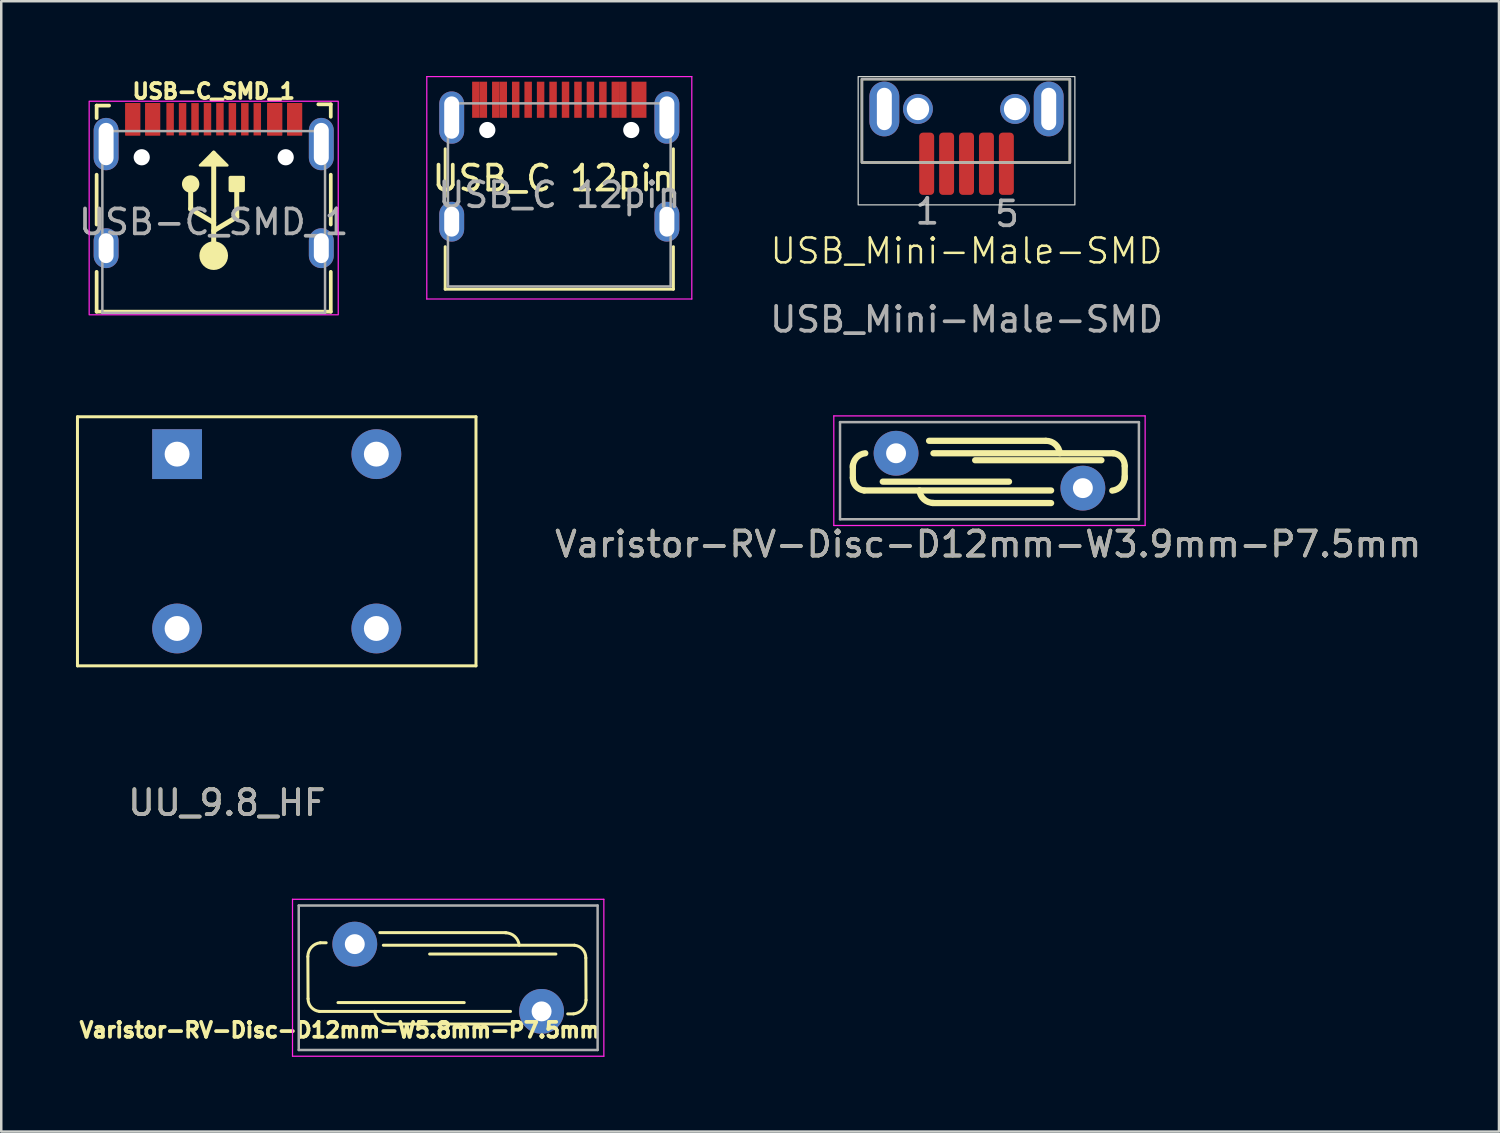
<source format=kicad_pcb>
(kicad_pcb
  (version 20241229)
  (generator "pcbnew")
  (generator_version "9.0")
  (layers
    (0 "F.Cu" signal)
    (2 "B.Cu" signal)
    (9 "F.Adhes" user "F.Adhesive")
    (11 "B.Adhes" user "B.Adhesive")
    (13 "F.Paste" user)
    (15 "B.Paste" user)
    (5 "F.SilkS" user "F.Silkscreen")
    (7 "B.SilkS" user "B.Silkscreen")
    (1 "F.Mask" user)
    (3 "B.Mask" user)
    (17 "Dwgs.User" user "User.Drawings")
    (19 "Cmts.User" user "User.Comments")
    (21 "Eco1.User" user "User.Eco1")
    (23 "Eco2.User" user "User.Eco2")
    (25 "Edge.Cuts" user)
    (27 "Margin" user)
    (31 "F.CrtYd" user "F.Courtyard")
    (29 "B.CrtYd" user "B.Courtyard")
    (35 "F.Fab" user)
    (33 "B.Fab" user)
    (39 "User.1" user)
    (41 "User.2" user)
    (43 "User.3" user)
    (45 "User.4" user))
  (footprint "USB_Mini-Male-SMD"
    (layer "F.Cu")
    (at 35.755 3.525)
    (property "Reference" "USB_Mini-Male-SMD" (at 0 3.5 0) (unlocked yes) (layer "F.SilkS") (effects (font (size 1 1) (thickness 0.1))))
    (attr smd)
    (fp_rect (start -4.2 -3.4) (end 4.15 -0.05) (stroke (width 0.1) (type default)) (fill no) (layer "F.SilkS"))
    (fp_rect (start -4.35 -3.5) (end 4.35 1.65) (stroke (width 0.05) (type default)) (fill no) (layer "Edge.Cuts"))
    (fp_rect (start -4.2 -3.4) (end 4.15 -0.05) (stroke (width 0.1) (type default)) (fill no) (layer "F.Fab"))
    (fp_text user "1" (at -2.15 2.5 0) (unlocked yes) (layer "F.Fab") (effects (font (size 1 1) (thickness 0.15)) (justify left bottom)))
    (fp_text user "${REFERENCE}" (at 0 6.25 0) (unlocked yes) (layer "F.Fab") (effects (font (size 1 1) (thickness 0.15))))
    (fp_text user "5" (at 1.05 2.6 0) (unlocked yes) (layer "F.Fab") (effects (font (size 1 1) (thickness 0.15)) (justify left bottom)))
    (pad "" thru_hole oval (at -3.3 -2.2 180) (size 1.2 2.2) (drill oval 0.6 1.7) (layers "*.Cu" "*.Mask"))
    (pad "" thru_hole circle (at -1.95 -2.2 90) (size 1.2 1.2) (drill 0.9) (layers "*.Cu" "*.Mask"))
    (pad "" thru_hole circle (at 1.95 -2.2 90) (size 1.2 1.2) (drill 0.9) (layers "*.Cu" "*.Mask"))
    (pad "" thru_hole oval (at 3.3 -2.2 180) (size 1.2 2.2) (drill oval 0.6 1.7) (layers "*.Cu" "*.Mask"))
    (pad "1" smd roundrect (at -1.6 0 90) (size 2.5 0.6) (layers "F.Cu" "F.Mask" "F.Paste") (roundrect_rratio 0.25))
    (pad "2" smd roundrect (at -0.8 0 90) (size 2.5 0.6) (layers "F.Cu" "F.Mask" "F.Paste") (roundrect_rratio 0.25))
    (pad "3" smd roundrect (at 0 0 90) (size 2.5 0.6) (layers "F.Cu" "F.Mask" "F.Paste") (roundrect_rratio 0.25))
    (pad "4" smd roundrect (at 0.8 0 90) (size 2.5 0.6) (layers "F.Cu" "F.Mask" "F.Paste") (roundrect_rratio 0.25))
    (pad "5" smd roundrect (at 1.6 0 90) (size 2.5 0.6) (layers "F.Cu" "F.Mask" "F.Paste") (roundrect_rratio 0.25)))
  (footprint "UU_9.8_HF"
    (layer "F.Cu")
    (at 8.06 18.183)
    (property "Reference" "UU_9.8_HF" (at -2 11 0) (unlocked yes) (layer "F.SilkS") (effects (font (size 1 1) (thickness 0.15))))
    (attr through_hole)
    (fp_line (start -8 -4.5) (end 8 -4.5) (stroke (width 0.12) (type solid)) (layer "F.SilkS"))
    (fp_line (start -8 5.5) (end -8 -4.5) (stroke (width 0.12) (type solid)) (layer "F.SilkS"))
    (fp_line (start 8 -4.5) (end 8 5.5) (stroke (width 0.12) (type solid)) (layer "F.SilkS"))
    (fp_line (start 8 5.5) (end -8 5.5) (stroke (width 0.12) (type solid)) (layer "F.SilkS"))
    (fp_text user "${REFERENCE}" (at -2 11 0) (unlocked yes) (layer "F.Fab") (effects (font (size 1 1) (thickness 0.15))))
    (pad "1" thru_hole rect (at -4 -3) (size 2 2) (drill 1) (layers "*.Cu" "*.Mask"))
    (pad "2" thru_hole circle (at 4 -3) (size 2 2) (drill 1) (layers "*.Cu" "*.Mask"))
    (pad "3" thru_hole circle (at -4 4) (size 2 2) (drill 1) (layers "*.Cu" "*.Mask"))
    (pad "4" thru_hole circle (at 4 4) (size 2 2) (drill 1) (layers "*.Cu" "*.Mask")))
  (footprint "USB_C 12pin"
    (layer "F.Cu")
    (at 19.175 4.605)
    (property "Reference" "USB_C 12pin" (at 0 -0.5 0) (unlocked yes) (layer "F.SilkS") (effects (font (size 1 1) (thickness 0.15))))
    (attr smd)
    (fp_line (start -4.35 -1.68) (end -4.35 0.24) (stroke (width 0.12) (type solid)) (layer "F.SilkS"))
    (fp_line (start -4.35 3.955) (end -4.35 2.25) (stroke (width 0.12) (type solid)) (layer "F.SilkS"))
    (fp_line (start 4.81 0.24) (end 4.81 -1.68) (stroke (width 0.12) (type solid)) (layer "F.SilkS"))
    (fp_line (start 4.81 2.25) (end 4.81 3.955) (stroke (width 0.12) (type solid)) (layer "F.SilkS"))
    (fp_line (start 4.81 3.955) (end -4.35 3.955) (stroke (width 0.12) (type solid)) (layer "F.SilkS"))
    (fp_line (start -5.09 -4.58) (end 5.55 -4.58) (stroke (width 0.05) (type solid)) (layer "F.CrtYd"))
    (fp_line (start -5.09 4.35) (end -5.09 -4.58) (stroke (width 0.05) (type solid)) (layer "F.CrtYd"))
    (fp_line (start 5.55 -4.58) (end 5.55 4.35) (stroke (width 0.05) (type solid)) (layer "F.CrtYd"))
    (fp_line (start 5.55 4.35) (end -5.09 4.35) (stroke (width 0.05) (type solid)) (layer "F.CrtYd"))
    (fp_line (start -4.24 -3.505) (end -4.24 3.845) (stroke (width 0.1) (type solid)) (layer "F.Fab"))
    (fp_line (start -4.24 -3.505) (end 4.7 -3.505) (stroke (width 0.1) (type solid)) (layer "F.Fab"))
    (fp_line (start -4.24 3.845) (end 4.7 3.845) (stroke (width 0.1) (type solid)) (layer "F.Fab"))
    (fp_line (start 4.7 3.845) (end 4.7 -3.505) (stroke (width 0.1) (type solid)) (layer "F.Fab"))
    (fp_text user "${REFERENCE}" (at 0.23 0.17 0) (layer "F.Fab") (effects (font (size 1 1) (thickness 0.15))))
    (pad "" np_thru_hole circle (at -2.66 -2.435) (size 0.65 0.65) (drill 0.65) (layers "*.Cu" "*.Mask"))
    (pad "" np_thru_hole circle (at 3.12 -2.435) (size 0.65 0.65) (drill 0.65) (layers "*.Cu" "*.Mask"))
    (pad "A1" smd rect (at -3.12 -3.65) (size 0.3 1.45) (layers "F.Cu" "F.Mask" "F.Paste"))
    (pad "A4" smd rect (at -2.32 -3.65) (size 0.3 1.45) (layers "F.Cu" "F.Mask" "F.Paste"))
    (pad "A5" smd rect (at -1.02 -3.65) (size 0.3 1.45) (layers "F.Cu" "F.Mask" "F.Paste"))
    (pad "A6" smd rect (at -0.02 -3.65) (size 0.3 1.45) (layers "F.Cu" "F.Mask" "F.Paste"))
    (pad "A7" smd rect (at 0.48 -3.65) (size 0.3 1.45) (layers "F.Cu" "F.Mask" "F.Paste"))
    (pad "A8" smd rect (at 1.48 -3.65) (size 0.3 1.45) (layers "F.Cu" "F.Mask" "F.Paste"))
    (pad "A9" smd rect (at 2.78 -3.65) (size 0.3 1.45) (layers "F.Cu" "F.Mask" "F.Paste"))
    (pad "A12" smd rect (at 3.58 -3.65) (size 0.3 1.45) (layers "F.Cu" "F.Mask" "F.Paste"))
    (pad "B1" smd rect (at 3.28 -3.65) (size 0.3 1.45) (layers "F.Cu" "F.Mask" "F.Paste"))
    (pad "B4" smd rect (at 2.48 -3.65) (size 0.3 1.45) (layers "F.Cu" "F.Mask" "F.Paste"))
    (pad "B5" smd rect (at 1.98 -3.65) (size 0.3 1.45) (layers "F.Cu" "F.Mask" "F.Paste"))
    (pad "B6" smd rect (at 0.98 -3.65) (size 0.3 1.45) (layers "F.Cu" "F.Mask" "F.Paste"))
    (pad "B7" smd rect (at -0.52 -3.65) (size 0.3 1.45) (layers "F.Cu" "F.Mask" "F.Paste"))
    (pad "B8" smd rect (at -1.52 -3.65) (size 0.3 1.45) (layers "F.Cu" "F.Mask" "F.Paste"))
    (pad "B9" smd rect (at -2.02 -3.65) (size 0.3 1.45) (layers "F.Cu" "F.Mask" "F.Paste"))
    (pad "B12" smd rect (at -2.82 -3.65) (size 0.3 1.45) (layers "F.Cu" "F.Mask" "F.Paste"))
    (pad "S1" thru_hole oval (at -4.09 -2.935) (size 1 2.1) (drill oval 0.6 1.7) (layers "*.Cu" "*.Mask"))
    (pad "S1" thru_hole oval (at -4.09 1.245) (size 1 1.6) (drill oval 0.6 1.2) (layers "*.Cu" "*.Mask"))
    (pad "S1" thru_hole oval (at 4.55 -2.935) (size 1 2.1) (drill oval 0.6 1.7) (layers "*.Cu" "*.Mask"))
    (pad "S1" thru_hole oval (at 4.55 1.245) (size 1 1.6) (drill oval 0.6 1.2) (layers "*.Cu" "*.Mask")))
  (footprint "Varistor-RV-Disc-D12mm-W3.9mm-P7.5mm"
    (layer "F.Cu")
    (at 32.926 15.148)
    (property "Reference" "Varistor-RV-Disc-D12mm-W3.9mm-P7.5mm" (at 3.7 3.65 0) (layer "F.SilkS") (effects (font (size 1 1) (thickness 0.15))))
    (attr through_hole)
    (fp_line (start -1.736 0.984) (end -1.736 0.484) (stroke (width 0.25) (type solid)) (layer "F.SilkS"))
    (fp_line (start 1.5 0) (end 8.725 0) (stroke (width 0.25) (type solid)) (layer "F.SilkS"))
    (fp_line (start 4.535 1.14) (end -0.535 1.14) (stroke (width 0.25) (type solid)) (layer "F.SilkS"))
    (fp_line (start 6.01 -0.5) (end 1.325 -0.5) (stroke (width 0.25) (type solid)) (layer "F.SilkS"))
    (fp_line (start 6.225 1.494) (end -1.281 1.494) (stroke (width 0.25) (type solid)) (layer "F.SilkS"))
    (fp_line (start 6.225 2) (end 1.465 2) (stroke (width 0.25) (type solid)) (layer "F.SilkS"))
    (fp_line (start 8.245 0.28) (end 3.175 0.28) (stroke (width 0.25) (type solid)) (layer "F.SilkS"))
    (fp_line (start 9.18 0.51) (end 9.18 1.01) (stroke (width 0.25) (type solid)) (layer "F.SilkS"))
    (fp_arc (start -1.735945 0.554055) (mid -1.59298 0.180435) (end -1.235945 0) (stroke (width 0.25) (type solid)) (layer "F.SilkS"))
    (fp_arc (start -1.280945 1.494054) (mid -1.607737 1.327639) (end -1.735945 0.984055) (stroke (width 0.25) (type solid)) (layer "F.SilkS"))
    (fp_arc (start 1.493647 1.992935) (mid 1.120027 1.84997) (end 0.939592 1.492935) (stroke (width 0.25) (type solid)) (layer "F.SilkS"))
    (fp_arc (start 6.02 -0.5) (mid 6.39362 -0.357035) (end 6.574055 0) (stroke (width 0.25) (type solid)) (layer "F.SilkS"))
    (fp_arc (start 8.725 0.000001) (mid 9.051792 0.166416) (end 9.18 0.51) (stroke (width 0.25) (type solid)) (layer "F.SilkS"))
    (fp_arc (start 9.18 0.94) (mid 9.037342 1.315841) (end 8.68 1.5) (stroke (width 0.25) (type solid)) (layer "F.SilkS"))
    (fp_line (start -2.5 -1.5) (end -2.5 2.9) (stroke (width 0.05) (type solid)) (layer "F.CrtYd"))
    (fp_line (start -2.5 -1.5) (end 10 -1.5) (stroke (width 0.05) (type solid)) (layer "F.CrtYd"))
    (fp_line (start -2.5 2.9) (end 10 2.9) (stroke (width 0.05) (type solid)) (layer "F.CrtYd"))
    (fp_line (start 10 -1.5) (end 10 2.9) (stroke (width 0.05) (type solid)) (layer "F.CrtYd"))
    (fp_line (start -2.25 -1.25) (end -2.25 2.65) (stroke (width 0.1) (type solid)) (layer "F.Fab"))
    (fp_line (start -2.25 -1.25) (end 9.75 -1.25) (stroke (width 0.1) (type solid)) (layer "F.Fab"))
    (fp_line (start -2.25 2.65) (end 9.75 2.65) (stroke (width 0.1) (type solid)) (layer "F.Fab"))
    (fp_line (start 9.75 -1.25) (end 9.75 2.65) (stroke (width 0.1) (type solid)) (layer "F.Fab"))
    (fp_text user "${REFERENCE}" (at 3.7 3.65 0) (layer "F.Fab") (effects (font (size 1 1) (thickness 0.15))))
    (pad "1" thru_hole circle (at 0 0) (size 1.8 1.8) (drill 0.8) (layers "*.Cu" "*.Mask"))
    (pad "2" thru_hole circle (at 7.5 1.4) (size 1.8 1.8) (drill 0.8) (layers "*.Cu" "*.Mask")))
  (footprint "Varistor-RV-Disc-D12mm-W5.8mm-P7.5mm"
    (layer "F.Cu")
    (at 11.194 34.856)
    (property "Reference" "Varistor-RV-Disc-D12mm-W5.8mm-P7.5mm" (at -0.6 3.45 0) (layer "F.SilkS") (effects (font (size 0.6 0.6) (thickness 0.15))))
    (attr through_hole)
    (fp_line (start -1.876 2.191) (end -1.884 0.499) (stroke (width 0.12) (type solid)) (layer "F.SilkS"))
    (fp_line (start -1.384 -0.055) (end -1.148 -0.055) (stroke (width 0.12) (type solid)) (layer "F.SilkS"))
    (fp_line (start 1.005 -0.462) (end 6.075 -0.462) (stroke (width 0.12) (type solid)) (layer "F.SilkS"))
    (fp_line (start 1.146 0.044) (end 8.821 0.044) (stroke (width 0.12) (type solid)) (layer "F.SilkS"))
    (fp_line (start 3.005 0.398) (end 8.075 0.398) (stroke (width 0.12) (type solid)) (layer "F.SilkS"))
    (fp_line (start 4.395 2.347) (end -0.675 2.347) (stroke (width 0.12) (type solid)) (layer "F.SilkS"))
    (fp_line (start 6.254 2.701) (end -1.421 2.701) (stroke (width 0.12) (type solid)) (layer "F.SilkS"))
    (fp_line (start 6.395 3.207) (end 1.325 3.207) (stroke (width 0.12) (type solid)) (layer "F.SilkS"))
    (fp_line (start 8.784 2.8) (end 8.548 2.8) (stroke (width 0.12) (type solid)) (layer "F.SilkS"))
    (fp_line (start 9.276 0.554) (end 9.284 2.246) (stroke (width 0.12) (type solid)) (layer "F.SilkS"))
    (fp_arc (start -1.883797 0.49919) (mid -1.74086 0.125544) (end -1.383797 -0.054865) (stroke (width 0.12) (type solid)) (layer "F.SilkS"))
    (fp_arc (start -1.420537 2.701119) (mid -1.747381 2.53475) (end -1.875537 2.19112) (stroke (width 0.12) (type solid)) (layer "F.SilkS"))
    (fp_arc (start 1.354055 3.2) (mid 0.980406 3.057066) (end 0.8 2.7) (stroke (width 0.12) (type solid)) (layer "F.SilkS"))
    (fp_arc (start 6.045945 -0.454865) (mid 6.419592 -0.31193) (end 6.6 0.045135) (stroke (width 0.12) (type solid)) (layer "F.SilkS"))
    (fp_arc (start 8.820537 0.044016) (mid 9.147366 0.210395) (end 9.275537 0.554015) (stroke (width 0.12) (type solid)) (layer "F.SilkS"))
    (fp_arc (start 9.283797 2.245945) (mid 9.140863 2.619593) (end 8.783797 2.8) (stroke (width 0.12) (type solid)) (layer "F.SilkS"))
    (fp_line (start -2.5 -1.8) (end -2.5 4.5) (stroke (width 0.05) (type solid)) (layer "F.CrtYd"))
    (fp_line (start -2.5 -1.8) (end 10 -1.8) (stroke (width 0.05) (type solid)) (layer "F.CrtYd"))
    (fp_line (start -2.5 4.5) (end 10 4.5) (stroke (width 0.05) (type solid)) (layer "F.CrtYd"))
    (fp_line (start 10 -1.8) (end 10 4.5) (stroke (width 0.05) (type solid)) (layer "F.CrtYd"))
    (fp_line (start -2.25 -1.55) (end -2.25 4.25) (stroke (width 0.1) (type solid)) (layer "F.Fab"))
    (fp_line (start -2.25 -1.55) (end 9.75 -1.55) (stroke (width 0.1) (type solid)) (layer "F.Fab"))
    (fp_line (start -2.25 4.25) (end 9.75 4.25) (stroke (width 0.1) (type solid)) (layer "F.Fab"))
    (fp_line (start 9.75 -1.55) (end 9.75 4.25) (stroke (width 0.1) (type solid)) (layer "F.Fab"))
    (pad "1" thru_hole circle (at 0 0) (size 1.8 1.8) (drill 0.8) (layers "*.Cu" "*.Mask"))
    (pad "2" thru_hole circle (at 7.5 2.7) (size 1.8 1.8) (drill 0.8) (layers "*.Cu" "*.Mask")))
  (footprint "USB-C_SMD_1"
    (layer "F.Cu")
    (at 5.53 5.864)
    (property "Reference" "USB-C_SMD_1" (at 0 -5.25 0) (unlocked yes) (layer "F.SilkS") (effects (font (size 0.6 0.6) (thickness 0.15) (bold yes))))
    (attr smd)
    (fp_line (start -4.7 -4.675) (end -4.7 -4.175) (stroke (width 0.15) (type solid)) (layer "F.SilkS"))
    (fp_line (start -4.7 -4.675) (end -4.2 -4.675) (stroke (width 0.15) (type solid)) (layer "F.SilkS"))
    (fp_line (start -4.7 -1.9) (end -4.7 0.1) (stroke (width 0.15) (type solid)) (layer "F.SilkS"))
    (fp_line (start -4.7 2) (end -4.7 3.6) (stroke (width 0.15) (type solid)) (layer "F.SilkS"))
    (fp_line (start -4.7 3.6) (end 4.7 3.6) (stroke (width 0.15) (type solid)) (layer "F.SilkS"))
    (fp_line (start -0.925 -0.525) (end -0.925 -1.525) (stroke (width 0.2) (type default)) (layer "F.SilkS"))
    (fp_line (start 0 0.025) (end -0.925 -0.525) (stroke (width 0.2) (type default)) (layer "F.SilkS"))
    (fp_line (start 0 1.35) (end 0 -2.75) (stroke (width 0.2) (type default)) (layer "F.SilkS"))
    (fp_line (start 0.925 -0.2) (end 0 0.35) (stroke (width 0.2) (type default)) (layer "F.SilkS"))
    (fp_line (start 0.925 -0.2) (end 0.925 -1.275) (stroke (width 0.2) (type default)) (layer "F.SilkS"))
    (fp_line (start 4.2 -4.725) (end 4.7 -4.725) (stroke (width 0.15) (type solid)) (layer "F.SilkS"))
    (fp_line (start 4.7 -4.725) (end 4.7 -4.225) (stroke (width 0.15) (type solid)) (layer "F.SilkS"))
    (fp_line (start 4.7 -1.9) (end 4.7 0.1) (stroke (width 0.15) (type solid)) (layer "F.SilkS"))
    (fp_line (start 4.7 2) (end 4.7 3.6) (stroke (width 0.15) (type solid)) (layer "F.SilkS"))
    (fp_rect (start 0.672 -1.781) (end 1.178 -1.275) (stroke (width 0.15) (type solid)) (fill yes) (layer "F.SilkS"))
    (fp_circle (center -0.925 -1.525) (end -0.725 -1.525) (stroke (width 0.3) (type default)) (fill no) (layer "F.SilkS"))
    (fp_circle (center 0 1.35) (end 0.5 1.35) (stroke (width 0.15) (type solid)) (fill yes) (layer "F.SilkS"))
    (fp_poly (pts (xy 0 -2.825) (xy -0.55 -2.275) (xy 0.55 -2.275)) (stroke (width 0.1) (type solid)) (fill yes) (layer "F.SilkS"))
    (fp_rect (start -5 -4.85) (end 5 3.725) (stroke (width 0.05) (type default)) (fill no) (layer "F.CrtYd"))
    (fp_line (start -4.47 -3.65) (end -4.47 3.65) (stroke (width 0.1) (type solid)) (layer "F.Fab"))
    (fp_line (start -4.47 -3.65) (end 4.47 -3.65) (stroke (width 0.1) (type solid)) (layer "F.Fab"))
    (fp_line (start -4.47 3.65) (end 4.47 3.65) (stroke (width 0.1) (type solid)) (layer "F.Fab"))
    (fp_line (start 4.47 -3.65) (end 4.47 3.65) (stroke (width 0.1) (type solid)) (layer "F.Fab"))
    (fp_text user "${REFERENCE}" (at 0 0 0) (unlocked yes) (layer "F.Fab") (effects (font (size 1 1) (thickness 0.15))))
    (pad "" np_thru_hole circle (at -2.89 -2.6) (size 0.65 0.65) (drill 0.65) (layers "*.Cu" "*.Mask"))
    (pad "" np_thru_hole circle (at 2.89 -2.6) (size 0.65 0.65) (drill 0.65) (layers "*.Cu" "*.Mask"))
    (pad "A1" smd rect (at -3.25 -4.125) (size 0.6 1.3) (layers "F.Cu" "F.Mask" "F.Paste"))
    (pad "A4" smd rect (at -2.45 -4.125) (size 0.6 1.3) (layers "F.Cu" "F.Mask" "F.Paste"))
    (pad "A5" smd rect (at -1.25 -4.125) (size 0.3 1.3) (layers "F.Cu" "F.Mask" "F.Paste"))
    (pad "A6" smd rect (at -0.25 -4.125) (size 0.3 1.3) (layers "F.Cu" "F.Mask" "F.Paste"))
    (pad "A7" smd rect (at 0.25 -4.125) (size 0.3 1.3) (layers "F.Cu" "F.Mask" "F.Paste"))
    (pad "A8" smd rect (at 1.25 -4.125) (size 0.3 1.3) (layers "F.Cu" "F.Mask" "F.Paste"))
    (pad "A9" smd rect (at 2.45 -4.125) (size 0.6 1.3) (layers "F.Cu" "F.Mask" "F.Paste"))
    (pad "A12" smd rect (at 3.25 -4.125) (size 0.6 1.3) (layers "F.Cu" "F.Mask" "F.Paste"))
    (pad "B1" smd rect (at 3.25 -4.125) (size 0.6 1.3) (layers "F.Cu" "F.Mask" "F.Paste"))
    (pad "B4" smd rect (at 2.45 -4.125) (size 0.6 1.3) (layers "F.Cu" "F.Mask" "F.Paste"))
    (pad "B5" smd rect (at 1.75 -4.125) (size 0.3 1.3) (layers "F.Cu" "F.Mask" "F.Paste"))
    (pad "B6" smd rect (at 0.75 -4.125) (size 0.3 1.3) (layers "F.Cu" "F.Mask" "F.Paste"))
    (pad "B7" smd rect (at -0.75 -4.125) (size 0.3 1.3) (layers "F.Cu" "F.Mask" "F.Paste"))
    (pad "B8" smd rect (at -1.75 -4.125) (size 0.3 1.3) (layers "F.Cu" "F.Mask" "F.Paste"))
    (pad "B9" smd rect (at -2.45 -4.125) (size 0.6 1.3) (layers "F.Cu" "F.Mask" "F.Paste"))
    (pad "B12" smd rect (at -3.25 -4.125) (size 0.6 1.3) (layers "F.Cu" "F.Mask" "F.Paste"))
    (pad "S1" thru_hole oval (at -4.32 -3.13) (size 1 2.1) (drill oval 0.6 1.7) (layers "*.Cu" "*.Mask"))
    (pad "S1" thru_hole oval (at -4.32 1.05) (size 1 1.6) (drill oval 0.6 1.2) (layers "*.Cu" "*.Mask"))
    (pad "S1" thru_hole oval (at 4.32 -3.13) (size 1 2.1) (drill oval 0.6 1.7) (layers "*.Cu" "*.Mask"))
    (pad "S1" thru_hole oval (at 4.32 1.05) (size 1 1.6) (drill oval 0.6 1.2) (layers "*.Cu" "*.Mask")))
  (gr_rect
    (start -3 -3)
    (end 57.132 42.382)
    (stroke (width 0.1) (type default))
    (fill no)
    (layer "Edge.Cuts")))
</source>
